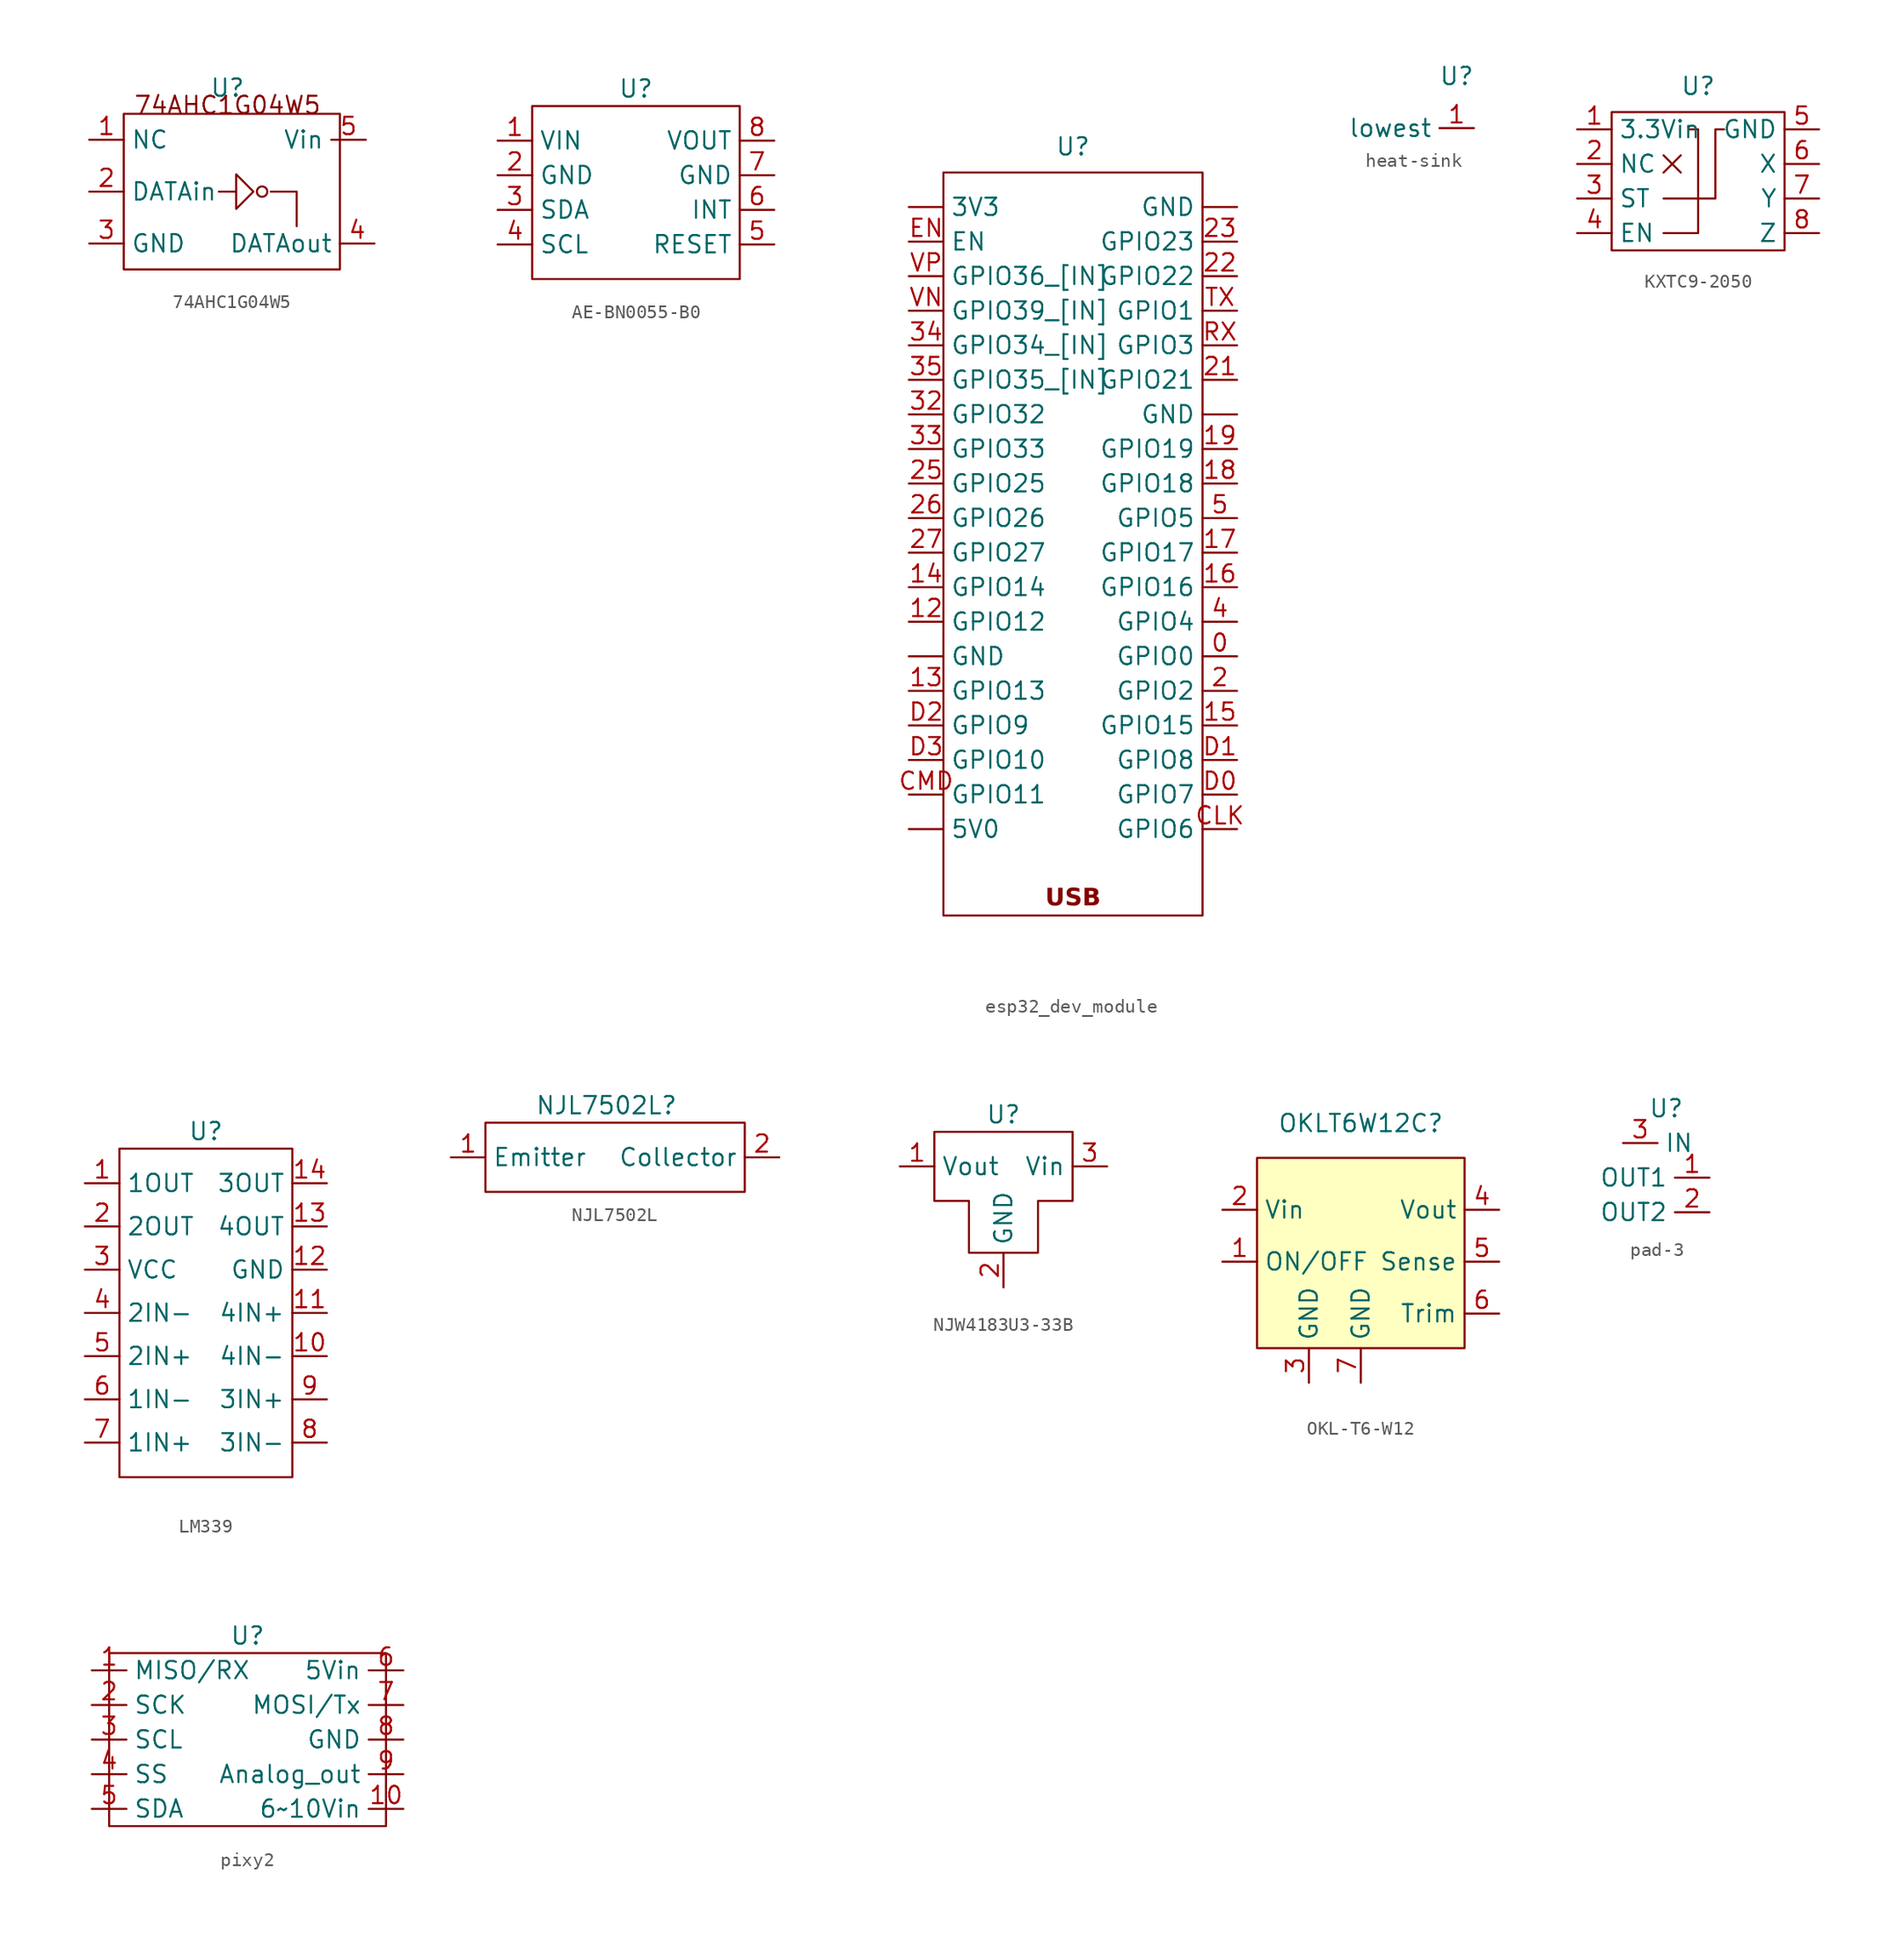
<source format=kicad_sym>
(kicad_symbol_lib
  (version 20220914)
  (generator kicad_symbol_editor)
  (symbol "74AHC1G04W5"
    (property "Reference" "U"
      (at 0 1.905 0)
      (effects (font (size 1.27 1.27))))
    (property "Value" ""
      (at 0 0 0)
      (effects (font (size 1.27 1.27))))
    (symbol "74AHC1G04W5_0_1"
      (rectangle (start -7.62 0) (end 8.255 -11.43) (stroke (width 0) (type default)) (fill (type none)))
      (polyline (pts (xy 3.175 -5.715) (xy 5.08 -5.715) (xy 5.08 -8.255)) (stroke (width 0) (type default)) (fill (type none)))
      (polyline (pts (xy -0.635 -5.715) (xy 0.635 -5.715) (xy 0.635 -4.445) (xy 1.905 -5.715) (xy 0.635 -6.985) (xy 0.635 -5.715)) (stroke (width 0) (type default)) (fill (type none)))
      (circle (center 2.54 -5.715) (radius 0.381) (stroke (width 0) (type default)) (fill (type none))))
    (symbol "74AHC1G04W5_1_1"
      (text "74AHC1G04W5" (at 0 0.635 0) (effects (font (size 1.27 1.27))))
      (pin passive line (at -10.16 -1.905 0) (length 2.54) (name "NC" (effects (font (size 1.27 1.27)))) (number "1" (effects (font (size 1.27 1.27)))))
      (pin passive line (at -10.16 -5.715 0) (length 2.54) (name "DATAin" (effects (font (size 1.27 1.27)))) (number "2" (effects (font (size 1.27 1.27)))))
      (pin passive line (at -10.16 -9.525 0) (length 2.54) (name "GND" (effects (font (size 1.27 1.27)))) (number "3" (effects (font (size 1.27 1.27)))))
      (pin passive line (at 10.795 -9.525 180) (length 2.54) (name "DATAout" (effects (font (size 1.27 1.27)))) (number "4" (effects (font (size 1.27 1.27)))))
      (pin passive line (at 10.16 -1.905 180) (length 2.54) (name "Vin" (effects (font (size 1.27 1.27)))) (number "5" (effects (font (size 1.27 1.27)))))))
  (symbol "AE-BN0055-B0"
    (property "Reference" "U"
      (at 0 7.62 0)
      (effects (font (size 1.27 1.27))))
    (property "Value" ""
      (at 0 0 0)
      (effects (font (size 1.27 1.27))))
    (symbol "AE-BN0055-B0_0_1"
      (rectangle (start -7.62 6.35) (end 7.62 -6.35) (stroke (width 0) (type default)) (fill (type none))))
    (symbol "AE-BN0055-B0_1_1"
      (pin passive line (at -10.16 3.81 0) (length 2.54) (name "VIN" (effects (font (size 1.27 1.27)))) (number "1" (effects (font (size 1.27 1.27)))))
      (pin passive line (at -10.16 1.27 0) (length 2.54) (name "GND" (effects (font (size 1.27 1.27)))) (number "2" (effects (font (size 1.27 1.27)))))
      (pin passive line (at -10.16 -1.27 0) (length 2.54) (name "SDA" (effects (font (size 1.27 1.27)))) (number "3" (effects (font (size 1.27 1.27)))))
      (pin passive line (at -10.16 -3.81 0) (length 2.54) (name "SCL" (effects (font (size 1.27 1.27)))) (number "4" (effects (font (size 1.27 1.27)))))
      (pin passive line (at 10.16 -3.81 180) (length 2.54) (name "RESET" (effects (font (size 1.27 1.27)))) (number "5" (effects (font (size 1.27 1.27)))))
      (pin passive line (at 10.16 -1.27 180) (length 2.54) (name "INT" (effects (font (size 1.27 1.27)))) (number "6" (effects (font (size 1.27 1.27)))))
      (pin passive line (at 10.16 1.27 180) (length 2.54) (name "GND" (effects (font (size 1.27 1.27)))) (number "7" (effects (font (size 1.27 1.27)))))
      (pin passive line (at 10.16 3.81 180) (length 2.54) (name "VOUT" (effects (font (size 1.27 1.27)))) (number "8" (effects (font (size 1.27 1.27)))))))
  (symbol "esp32_dev_module"
    (property "Reference" "U"
      (at 0 1.905 0)
      (effects (font (size 1.27 1.27))))
    (property "Value" ""
      (at 0 0 0)
      (effects (font (size 1.27 1.27))))
    (symbol "esp32_dev_module_0_1"
      (rectangle (start -9.525 0) (end 9.525 -54.61) (stroke (width 0) (type default)) (fill (type none))))
    (symbol "esp32_dev_module_1_1"
      (text "USB" (at 0 -53.34 0) (effects (font (face "Arial Black") (size 1.27 1.27))))
      (pin input line (at -12.065 -2.54 0) (length 2.54) (name "3V3" (effects (font (size 1.27 1.27)))) (number "" (effects (font (size 1.27 1.27)))))
      (pin input line (at -12.065 -48.26 0) (length 2.54) (name "5V0" (effects (font (size 1.27 1.27)))) (number "" (effects (font (size 1.27 1.27)))))
      (pin input line (at -12.065 -35.56 0) (length 2.54) (name "GND" (effects (font (size 1.27 1.27)))) (number "" (effects (font (size 1.27 1.27)))))
      (pin input line (at 12.065 -17.78 180) (length 2.54) (name "GND" (effects (font (size 1.27 1.27)))) (number "" (effects (font (size 1.27 1.27)))))
      (pin input line (at 12.065 -2.54 180) (length 2.54) (name "GND" (effects (font (size 1.27 1.27)))) (number "" (effects (font (size 1.27 1.27)))))
      (pin input line (at 12.065 -35.56 180) (length 2.54) (name "GPIO0" (effects (font (size 1.27 1.27)))) (number "0" (effects (font (size 1.27 1.27)))))
      (pin input line (at -12.065 -33.02 0) (length 2.54) (name "GPIO12" (effects (font (size 1.27 1.27)))) (number "12" (effects (font (size 1.27 1.27)))))
      (pin input line (at -12.065 -38.1 0) (length 2.54) (name "GPIO13" (effects (font (size 1.27 1.27)))) (number "13" (effects (font (size 1.27 1.27)))))
      (pin input line (at -12.065 -30.48 0) (length 2.54) (name "GPIO14" (effects (font (size 1.27 1.27)))) (number "14" (effects (font (size 1.27 1.27)))))
      (pin input line (at 12.065 -40.64 180) (length 2.54) (name "GPIO15" (effects (font (size 1.27 1.27)))) (number "15" (effects (font (size 1.27 1.27)))))
      (pin input line (at 12.065 -30.48 180) (length 2.54) (name "GPIO16" (effects (font (size 1.27 1.27)))) (number "16" (effects (font (size 1.27 1.27)))))
      (pin input line (at 12.065 -27.94 180) (length 2.54) (name "GPIO17" (effects (font (size 1.27 1.27)))) (number "17" (effects (font (size 1.27 1.27)))))
      (pin input line (at 12.065 -22.86 180) (length 2.54) (name "GPIO18" (effects (font (size 1.27 1.27)))) (number "18" (effects (font (size 1.27 1.27)))))
      (pin input line (at 12.065 -20.32 180) (length 2.54) (name "GPIO19" (effects (font (size 1.27 1.27)))) (number "19" (effects (font (size 1.27 1.27)))))
      (pin input line (at 12.065 -38.1 180) (length 2.54) (name "GPIO2" (effects (font (size 1.27 1.27)))) (number "2" (effects (font (size 1.27 1.27)))))
      (pin input line (at 12.065 -15.24 180) (length 2.54) (name "GPIO21" (effects (font (size 1.27 1.27)))) (number "21" (effects (font (size 1.27 1.27)))))
      (pin input line (at 12.065 -7.62 180) (length 2.54) (name "GPIO22" (effects (font (size 1.27 1.27)))) (number "22" (effects (font (size 1.27 1.27)))))
      (pin input line (at 12.065 -5.08 180) (length 2.54) (name "GPIO23" (effects (font (size 1.27 1.27)))) (number "23" (effects (font (size 1.27 1.27)))))
      (pin input line (at -12.065 -22.86 0) (length 2.54) (name "GPIO25" (effects (font (size 1.27 1.27)))) (number "25" (effects (font (size 1.27 1.27)))))
      (pin input line (at -12.065 -25.4 0) (length 2.54) (name "GPIO26" (effects (font (size 1.27 1.27)))) (number "26" (effects (font (size 1.27 1.27)))))
      (pin input line (at -12.065 -27.94 0) (length 2.54) (name "GPIO27" (effects (font (size 1.27 1.27)))) (number "27" (effects (font (size 1.27 1.27)))))
      (pin input line (at -12.065 -17.78 0) (length 2.54) (name "GPIO32" (effects (font (size 1.27 1.27)))) (number "32" (effects (font (size 1.27 1.27)))))
      (pin input line (at -12.065 -20.32 0) (length 2.54) (name "GPIO33" (effects (font (size 1.27 1.27)))) (number "33" (effects (font (size 1.27 1.27)))))
      (pin input line (at -12.065 -12.7 0) (length 2.54) (name "GPIO34_[IN]" (effects (font (size 1.27 1.27)))) (number "34" (effects (font (size 1.27 1.27)))))
      (pin input line (at -12.065 -15.24 0) (length 2.54) (name "GPIO35_[IN]" (effects (font (size 1.27 1.27)))) (number "35" (effects (font (size 1.27 1.27)))))
      (pin input line (at 12.065 -33.02 180) (length 2.54) (name "GPIO4" (effects (font (size 1.27 1.27)))) (number "4" (effects (font (size 1.27 1.27)))))
      (pin input line (at 12.065 -25.4 180) (length 2.54) (name "GPIO5" (effects (font (size 1.27 1.27)))) (number "5" (effects (font (size 1.27 1.27)))))
      (pin input line (at 12.065 -48.26 180) (length 2.54) (name "GPIO6" (effects (font (size 1.27 1.27)))) (number "CLK" (effects (font (size 1.27 1.27)))))
      (pin input line (at -12.065 -45.72 0) (length 2.54) (name "GPIO11" (effects (font (size 1.27 1.27)))) (number "CMD" (effects (font (size 1.27 1.27)))))
      (pin input line (at 12.065 -45.72 180) (length 2.54) (name "GPIO7" (effects (font (size 1.27 1.27)))) (number "D0" (effects (font (size 1.27 1.27)))))
      (pin input line (at 12.065 -43.18 180) (length 2.54) (name "GPIO8" (effects (font (size 1.27 1.27)))) (number "D1" (effects (font (size 1.27 1.27)))))
      (pin input line (at -12.065 -40.64 0) (length 2.54) (name "GPIO9" (effects (font (size 1.27 1.27)))) (number "D2" (effects (font (size 1.27 1.27)))))
      (pin input line (at -12.065 -43.18 0) (length 2.54) (name "GPIO10" (effects (font (size 1.27 1.27)))) (number "D3" (effects (font (size 1.27 1.27)))))
      (pin input line (at -12.065 -5.08 0) (length 2.54) (name "EN" (effects (font (size 1.27 1.27)))) (number "EN" (effects (font (size 1.27 1.27)))))
      (pin input line (at 12.065 -12.7 180) (length 2.54) (name "GPIO3" (effects (font (size 1.27 1.27)))) (number "RX" (effects (font (size 1.27 1.27)))))
      (pin input line (at 12.065 -10.16 180) (length 2.54) (name "GPIO1" (effects (font (size 1.27 1.27)))) (number "TX" (effects (font (size 1.27 1.27)))))
      (pin input line (at -12.065 -10.16 0) (length 2.54) (name "GPIO39_[IN]" (effects (font (size 1.27 1.27)))) (number "VN" (effects (font (size 1.27 1.27)))))
      (pin input line (at -12.065 -7.62 0) (length 2.54) (name "GPIO36_[IN]" (effects (font (size 1.27 1.27)))) (number "VP" (effects (font (size 1.27 1.27)))))))
  (symbol "heat-sink"
    (property "Reference" "U"
      (at 0 2.54 0)
      (effects (font (size 1.27 1.27))))
    (property "Value" ""
      (at 0 1.27 0)
      (effects (font (size 1.27 1.27))))
    (symbol "heat-sink_1_1"
      (pin passive line (at 1.27 -1.27 180) (length 2.54) (name "lowest" (effects (font (size 1.27 1.27)))) (number "1" (effects (font (size 1.27 1.27)))))))
  (symbol "KXTC9-2050"
    (property "Reference" "U"
      (at 0 1.905 0)
      (effects (font (size 1.27 1.27))))
    (property "Value" ""
      (at 0 1.905 0)
      (effects (font (size 1.27 1.27))))
    (symbol "KXTC9-2050_0_1"
      (rectangle (start -6.35 0) (end 6.35 -10.16) (stroke (width 0) (type default)) (fill (type none)))
      (polyline (pts (xy -2.54 -4.445) (xy -1.27 -3.175)) (stroke (width 0) (type default)) (fill (type none)))
      (polyline (pts (xy -2.54 -3.175) (xy -1.27 -4.445)) (stroke (width 0) (type default)) (fill (type none)))
      (polyline (pts (xy -2.54 -8.89) (xy 0 -8.89) (xy 0 -1.27) (xy -0.635 -1.27)) (stroke (width 0) (type default)) (fill (type none)))
      (polyline (pts (xy -2.54 -6.35) (xy 1.27 -6.35) (xy 1.27 -1.27) (xy 1.905 -1.27)) (stroke (width 0) (type default)) (fill (type none))))
    (symbol "KXTC9-2050_1_1"
      (pin passive line (at -8.89 -1.27 0) (length 2.54) (name "3.3Vin" (effects (font (size 1.27 1.27)))) (number "1" (effects (font (size 1.27 1.27)))))
      (pin passive line (at -8.89 -3.81 0) (length 2.54) (name "NC" (effects (font (size 1.27 1.27)))) (number "2" (effects (font (size 1.27 1.27)))))
      (pin passive line (at -8.89 -6.35 0) (length 2.54) (name "ST" (effects (font (size 1.27 1.27)))) (number "3" (effects (font (size 1.27 1.27)))))
      (pin passive line (at -8.89 -8.89 0) (length 2.54) (name "EN" (effects (font (size 1.27 1.27)))) (number "4" (effects (font (size 1.27 1.27)))))
      (pin passive line (at 8.89 -1.27 180) (length 2.54) (name "GND" (effects (font (size 1.27 1.27)))) (number "5" (effects (font (size 1.27 1.27)))))
      (pin passive line (at 8.89 -3.81 180) (length 2.54) (name "X" (effects (font (size 1.27 1.27)))) (number "6" (effects (font (size 1.27 1.27)))))
      (pin passive line (at 8.89 -6.35 180) (length 2.54) (name "Y" (effects (font (size 1.27 1.27)))) (number "7" (effects (font (size 1.27 1.27)))))
      (pin passive line (at 8.89 -8.89 180) (length 2.54) (name "Z" (effects (font (size 1.27 1.27)))) (number "8" (effects (font (size 1.27 1.27)))))))
  (symbol "LM339"
    (property "Reference" "U"
      (at 0 0 0)
      (effects (font (size 1.27 1.27))))
    (property "Value" ""
      (at 0 0 0)
      (effects (font (size 1.27 1.27))))
    (symbol "LM339_0_1"
      (rectangle (start -6.35 -1.27) (end 6.35 -25.4) (stroke (width 0) (type default)) (fill (type none))))
    (symbol "LM339_1_1"
      (pin passive line (at -8.89 -3.81 0) (length 2.54) (name "1OUT" (effects (font (size 1.27 1.27)))) (number "1" (effects (font (size 1.27 1.27)))))
      (pin passive line (at 8.89 -16.51 180) (length 2.54) (name "4IN-" (effects (font (size 1.27 1.27)))) (number "10" (effects (font (size 1.27 1.27)))))
      (pin passive line (at 8.89 -13.335 180) (length 2.54) (name "4IN+" (effects (font (size 1.27 1.27)))) (number "11" (effects (font (size 1.27 1.27)))))
      (pin passive line (at 8.89 -10.16 180) (length 2.54) (name "GND" (effects (font (size 1.27 1.27)))) (number "12" (effects (font (size 1.27 1.27)))))
      (pin passive line (at 8.89 -6.985 180) (length 2.54) (name "4OUT" (effects (font (size 1.27 1.27)))) (number "13" (effects (font (size 1.27 1.27)))))
      (pin passive line (at 8.89 -3.81 180) (length 2.54) (name "3OUT" (effects (font (size 1.27 1.27)))) (number "14" (effects (font (size 1.27 1.27)))))
      (pin passive line (at -8.89 -6.985 0) (length 2.54) (name "2OUT" (effects (font (size 1.27 1.27)))) (number "2" (effects (font (size 1.27 1.27)))))
      (pin passive line (at -8.89 -10.16 0) (length 2.54) (name "VCC" (effects (font (size 1.27 1.27)))) (number "3" (effects (font (size 1.27 1.27)))))
      (pin passive line (at -8.89 -13.335 0) (length 2.54) (name "2IN-" (effects (font (size 1.27 1.27)))) (number "4" (effects (font (size 1.27 1.27)))))
      (pin passive line (at -8.89 -16.51 0) (length 2.54) (name "2IN+" (effects (font (size 1.27 1.27)))) (number "5" (effects (font (size 1.27 1.27)))))
      (pin passive line (at -8.89 -19.685 0) (length 2.54) (name "1IN-" (effects (font (size 1.27 1.27)))) (number "6" (effects (font (size 1.27 1.27)))))
      (pin passive line (at -8.89 -22.86 0) (length 2.54) (name "1IN+" (effects (font (size 1.27 1.27)))) (number "7" (effects (font (size 1.27 1.27)))))
      (pin passive line (at 8.89 -22.86 180) (length 2.54) (name "3IN-" (effects (font (size 1.27 1.27)))) (number "8" (effects (font (size 1.27 1.27)))))
      (pin passive line (at 8.89 -19.685 180) (length 2.54) (name "3IN+" (effects (font (size 1.27 1.27)))) (number "9" (effects (font (size 1.27 1.27)))))))
  (symbol "NJL7502L"
    (property "Reference" "NJL7502L"
      (at 0 3.81 0)
      (effects (font (size 1.27 1.27))))
    (property "Value" ""
      (at 0 0 0)
      (effects (font (size 1.27 1.27))))
    (symbol "NJL7502L_0_1"
      (rectangle (start -8.89 2.54) (end 10.16 -2.54) (stroke (width 0) (type default)) (fill (type none))))
    (symbol "NJL7502L_1_1"
      (pin passive line (at -11.43 0 0) (length 2.54) (name "Emitter" (effects (font (size 1.27 1.27)))) (number "1" (effects (font (size 1.27 1.27)))))
      (pin passive line (at 12.7 0 180) (length 2.54) (name "Collector" (effects (font (size 1.27 1.27)))) (number "2" (effects (font (size 1.27 1.27)))))))
  (symbol "NJW4183U3-33B"
    (property "Reference" "U"
      (at 0 1.27 0)
      (effects (font (size 1.27 1.27))))
    (property "Value" ""
      (at 0 0 0)
      (effects (font (size 1.27 1.27))))
    (symbol "NJW4183U3-33B_0_1"
      (polyline (pts (xy -5.08 0) (xy -5.08 -5.08) (xy -2.54 -5.08) (xy -2.54 -8.89) (xy 2.54 -8.89) (xy 2.54 -5.08) (xy 5.08 -5.08) (xy 5.08 0) (xy -5.08 0)) (stroke (width 0) (type default)) (fill (type none))))
    (symbol "NJW4183U3-33B_1_1"
      (pin passive line (at -7.62 -2.54 0) (length 2.54) (name "Vout" (effects (font (size 1.27 1.27)))) (number "1" (effects (font (size 1.27 1.27)))))
      (pin passive line (at 0 -11.43 90) (length 2.54) (name "GND" (effects (font (size 1.27 1.27)))) (number "2" (effects (font (size 1.27 1.27)))))
      (pin passive line (at 7.62 -2.54 180) (length 2.54) (name "Vin" (effects (font (size 1.27 1.27)))) (number "3" (effects (font (size 1.27 1.27)))))))
  (symbol "OKL-T6-W12"
    (property "Reference" "OKLT6W12C"
      (at 0 2.54 0)
      (effects (font (size 1.27 1.27))))
    (property "Value" ""
      (at 0 0 0)
      (effects (font (size 1.27 1.27))))
    (symbol "OKL-T6-W12_1_1"
      (rectangle (start -7.62 0) (end 7.62 -13.97) (stroke (width 0) (type default)) (fill (type background)))
      (pin passive line (at -10.16 -7.62 0) (length 2.54) (name "ON/OFF" (effects (font (size 1.27 1.27)))) (number "1" (effects (font (size 1.27 1.27)))))
      (pin passive line (at -10.16 -3.81 0) (length 2.54) (name "Vin" (effects (font (size 1.27 1.27)))) (number "2" (effects (font (size 1.27 1.27)))))
      (pin passive line (at -3.81 -16.51 90) (length 2.54) (name "GND" (effects (font (size 1.27 1.27)))) (number "3" (effects (font (size 1.27 1.27)))))
      (pin passive line (at 10.16 -3.81 180) (length 2.54) (name "Vout" (effects (font (size 1.27 1.27)))) (number "4" (effects (font (size 1.27 1.27)))))
      (pin passive line (at 10.16 -7.62 180) (length 2.54) (name "Sense" (effects (font (size 1.27 1.27)))) (number "5" (effects (font (size 1.27 1.27)))))
      (pin passive line (at 10.16 -11.43 180) (length 2.54) (name "Trim" (effects (font (size 1.27 1.27)))) (number "6" (effects (font (size 1.27 1.27)))))
      (pin passive line (at 0 -16.51 90) (length 2.54) (name "GND" (effects (font (size 1.27 1.27)))) (number "7" (effects (font (size 1.27 1.27)))))))
  (symbol "pad-3"
    (property "Reference" "U"
      (at 0 1.27 0)
      (effects (font (size 1.27 1.27))))
    (property "Value" ""
      (at 0 0 0)
      (effects (font (size 1.27 1.27))))
    (symbol "pad-3_1_1"
      (pin passive line (at 3.175 -3.81 180) (length 2.54) (name "OUT1" (effects (font (size 1.27 1.27)))) (number "1" (effects (font (size 1.27 1.27)))))
      (pin passive line (at 3.175 -6.35 180) (length 2.54) (name "OUT2" (effects (font (size 1.27 1.27)))) (number "2" (effects (font (size 1.27 1.27)))))
      (pin passive line (at -3.175 -1.27 0) (length 2.54) (name "IN" (effects (font (size 1.27 1.27)))) (number "3" (effects (font (size 1.27 1.27)))))))
  (symbol "pixy2"
    (property "Reference" "U"
      (at 0 1.27 0)
      (effects (font (size 1.27 1.27))))
    (property "Value" ""
      (at 0 0 0)
      (effects (font (size 1.27 1.27))))
    (symbol "pixy2_0_1"
      (rectangle (start -10.16 0) (end 10.16 -12.7) (stroke (width 0) (type default)) (fill (type none))))
    (symbol "pixy2_1_1"
      (pin passive line (at -11.43 -1.27 0) (length 2.54) (name "MISO/RX" (effects (font (size 1.27 1.27)))) (number "1" (effects (font (size 1.27 1.27)))))
      (pin passive line (at 11.43 -11.43 180) (length 2.54) (name "6~10Vin" (effects (font (size 1.27 1.27)))) (number "10" (effects (font (size 1.27 1.27)))))
      (pin passive line (at -11.43 -3.81 0) (length 2.54) (name "SCK" (effects (font (size 1.27 1.27)))) (number "2" (effects (font (size 1.27 1.27)))))
      (pin passive line (at -11.43 -6.35 0) (length 2.54) (name "SCL" (effects (font (size 1.27 1.27)))) (number "3" (effects (font (size 1.27 1.27)))))
      (pin passive line (at -11.43 -8.89 0) (length 2.54) (name "SS" (effects (font (size 1.27 1.27)))) (number "4" (effects (font (size 1.27 1.27)))))
      (pin passive line (at -11.43 -11.43 0) (length 2.54) (name "SDA" (effects (font (size 1.27 1.27)))) (number "5" (effects (font (size 1.27 1.27)))))
      (pin passive line (at 11.43 -1.27 180) (length 2.54) (name "5Vin" (effects (font (size 1.27 1.27)))) (number "6" (effects (font (size 1.27 1.27)))))
      (pin passive line (at 11.43 -3.81 180) (length 2.54) (name "MOSI/Tx" (effects (font (size 1.27 1.27)))) (number "7" (effects (font (size 1.27 1.27)))))
      (pin passive line (at 11.43 -6.35 180) (length 2.54) (name "GND" (effects (font (size 1.27 1.27)))) (number "8" (effects (font (size 1.27 1.27)))))
      (pin passive line (at 11.43 -8.89 180) (length 2.54) (name "Analog_out" (effects (font (size 1.27 1.27)))) (number "9" (effects (font (size 1.27 1.27))))))))
</source>
